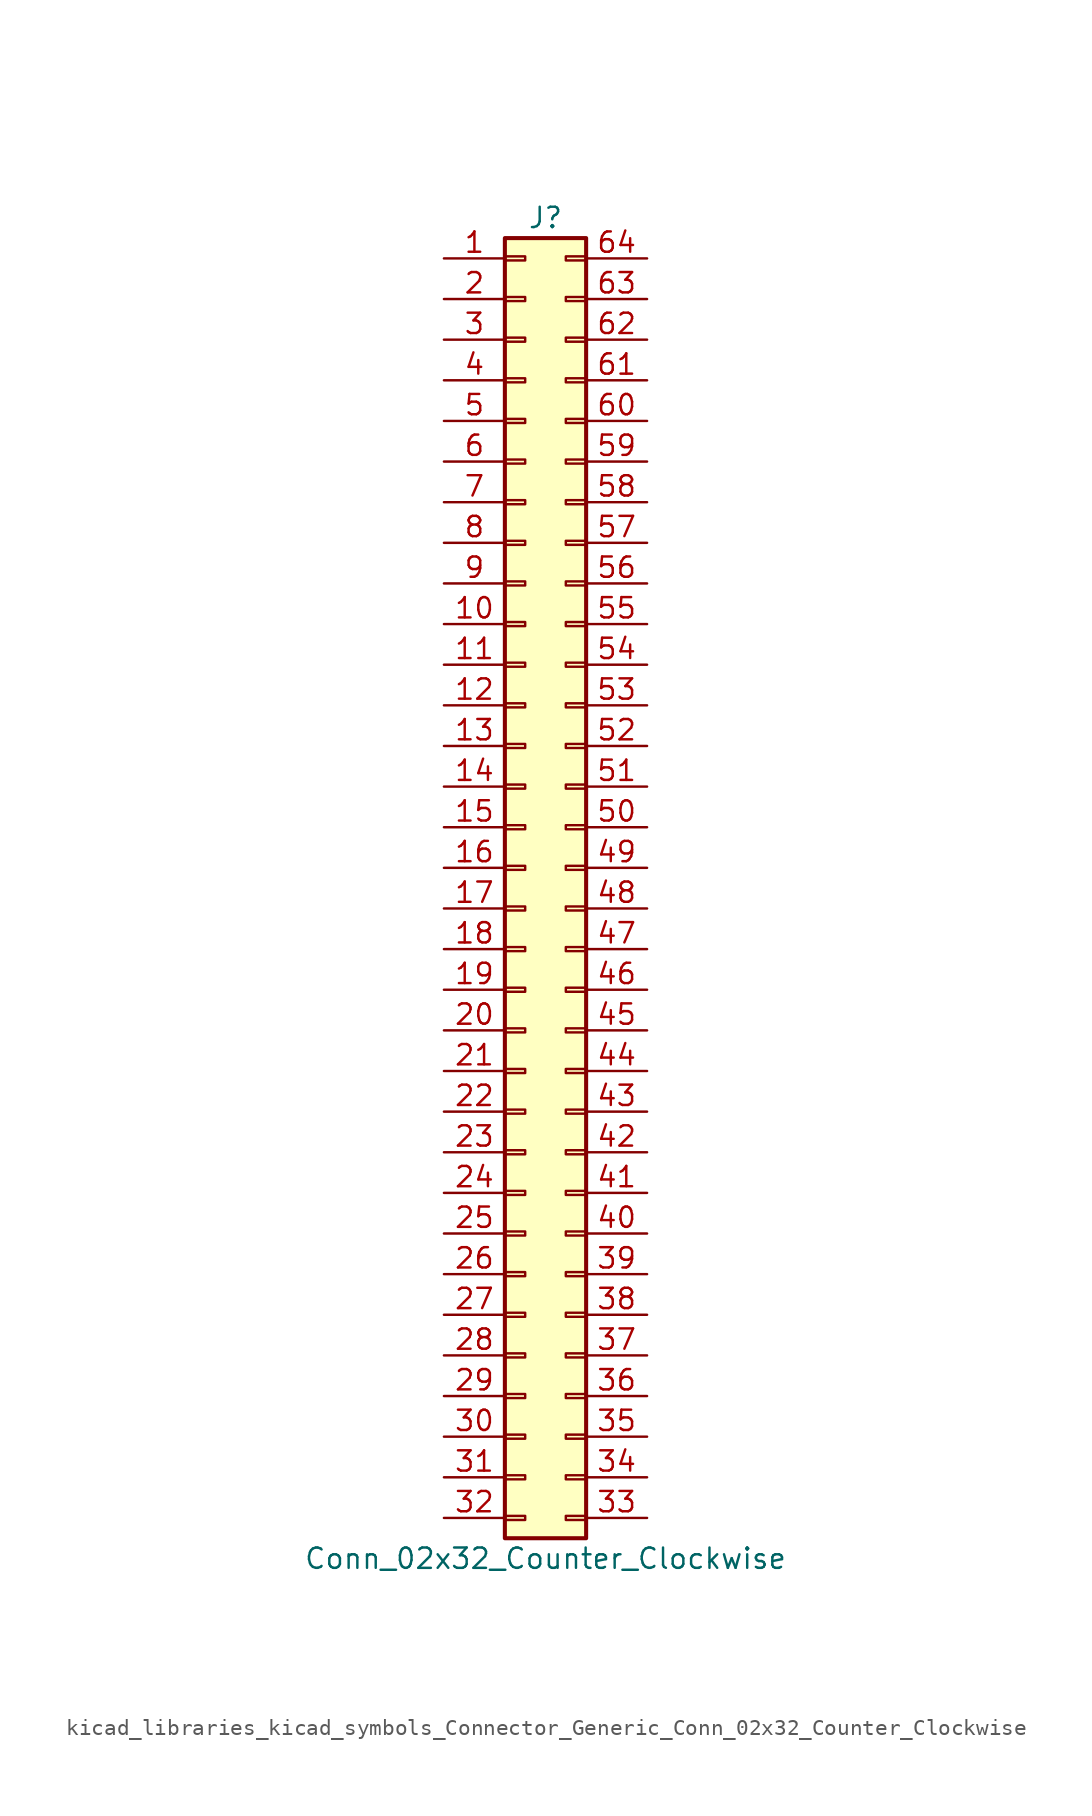
<source format=kicad_sym>
(kicad_symbol_lib
  (version 20220914)
  (generator kicad_symbol_editor)
  (symbol "kicad_libraries_kicad_symbols_Connector_Generic_Conn_02x32_Counter_Clockwise"
    (pin_names
      (offset 1.016) hide)
    (property "Reference" "J"
      (at 1.27 40.64 0)
      (effects (font (size 1.27 1.27))))
    (property "Value" "Conn_02x32_Counter_Clockwise"
      (at 1.27 -43.18 0)
      (effects (font (size 1.27 1.27))))
    (symbol "kicad_libraries_kicad_symbols_Connector_Generic_Conn_02x32_Counter_Clockwise_1_1"
      (rectangle (start -1.27 -40.513) (end 0 -40.767) (stroke (width 0.152) (type default)) (fill (type none)))
      (rectangle (start -1.27 -37.973) (end 0 -38.227) (stroke (width 0.152) (type default)) (fill (type none)))
      (rectangle (start -1.27 -35.433) (end 0 -35.687) (stroke (width 0.152) (type default)) (fill (type none)))
      (rectangle (start -1.27 -32.893) (end 0 -33.147) (stroke (width 0.152) (type default)) (fill (type none)))
      (rectangle (start -1.27 -30.353) (end 0 -30.607) (stroke (width 0.152) (type default)) (fill (type none)))
      (rectangle (start -1.27 -27.813) (end 0 -28.067) (stroke (width 0.152) (type default)) (fill (type none)))
      (rectangle (start -1.27 -25.273) (end 0 -25.527) (stroke (width 0.152) (type default)) (fill (type none)))
      (rectangle (start -1.27 -22.733) (end 0 -22.987) (stroke (width 0.152) (type default)) (fill (type none)))
      (rectangle (start -1.27 -20.193) (end 0 -20.447) (stroke (width 0.152) (type default)) (fill (type none)))
      (rectangle (start -1.27 -17.653) (end 0 -17.907) (stroke (width 0.152) (type default)) (fill (type none)))
      (rectangle (start -1.27 -15.113) (end 0 -15.367) (stroke (width 0.152) (type default)) (fill (type none)))
      (rectangle (start -1.27 -12.573) (end 0 -12.827) (stroke (width 0.152) (type default)) (fill (type none)))
      (rectangle (start -1.27 -10.033) (end 0 -10.287) (stroke (width 0.152) (type default)) (fill (type none)))
      (rectangle (start -1.27 -7.493) (end 0 -7.747) (stroke (width 0.152) (type default)) (fill (type none)))
      (rectangle (start -1.27 -4.953) (end 0 -5.207) (stroke (width 0.152) (type default)) (fill (type none)))
      (rectangle (start -1.27 -2.413) (end 0 -2.667) (stroke (width 0.152) (type default)) (fill (type none)))
      (rectangle (start -1.27 0.127) (end 0 -0.127) (stroke (width 0.152) (type default)) (fill (type none)))
      (rectangle (start -1.27 2.667) (end 0 2.413) (stroke (width 0.152) (type default)) (fill (type none)))
      (rectangle (start -1.27 5.207) (end 0 4.953) (stroke (width 0.152) (type default)) (fill (type none)))
      (rectangle (start -1.27 7.747) (end 0 7.493) (stroke (width 0.152) (type default)) (fill (type none)))
      (rectangle (start -1.27 10.287) (end 0 10.033) (stroke (width 0.152) (type default)) (fill (type none)))
      (rectangle (start -1.27 12.827) (end 0 12.573) (stroke (width 0.152) (type default)) (fill (type none)))
      (rectangle (start -1.27 15.367) (end 0 15.113) (stroke (width 0.152) (type default)) (fill (type none)))
      (rectangle (start -1.27 17.907) (end 0 17.653) (stroke (width 0.152) (type default)) (fill (type none)))
      (rectangle (start -1.27 20.447) (end 0 20.193) (stroke (width 0.152) (type default)) (fill (type none)))
      (rectangle (start -1.27 22.987) (end 0 22.733) (stroke (width 0.152) (type default)) (fill (type none)))
      (rectangle (start -1.27 25.527) (end 0 25.273) (stroke (width 0.152) (type default)) (fill (type none)))
      (rectangle (start -1.27 28.067) (end 0 27.813) (stroke (width 0.152) (type default)) (fill (type none)))
      (rectangle (start -1.27 30.607) (end 0 30.353) (stroke (width 0.152) (type default)) (fill (type none)))
      (rectangle (start -1.27 33.147) (end 0 32.893) (stroke (width 0.152) (type default)) (fill (type none)))
      (rectangle (start -1.27 35.687) (end 0 35.433) (stroke (width 0.152) (type default)) (fill (type none)))
      (rectangle (start -1.27 38.227) (end 0 37.973) (stroke (width 0.152) (type default)) (fill (type none)))
      (rectangle (start -1.27 39.37) (end 3.81 -41.91) (stroke (width 0.254) (type default)) (fill (type background)))
      (rectangle (start 3.81 -40.513) (end 2.54 -40.767) (stroke (width 0.152) (type default)) (fill (type none)))
      (rectangle (start 3.81 -37.973) (end 2.54 -38.227) (stroke (width 0.152) (type default)) (fill (type none)))
      (rectangle (start 3.81 -35.433) (end 2.54 -35.687) (stroke (width 0.152) (type default)) (fill (type none)))
      (rectangle (start 3.81 -32.893) (end 2.54 -33.147) (stroke (width 0.152) (type default)) (fill (type none)))
      (rectangle (start 3.81 -30.353) (end 2.54 -30.607) (stroke (width 0.152) (type default)) (fill (type none)))
      (rectangle (start 3.81 -27.813) (end 2.54 -28.067) (stroke (width 0.152) (type default)) (fill (type none)))
      (rectangle (start 3.81 -25.273) (end 2.54 -25.527) (stroke (width 0.152) (type default)) (fill (type none)))
      (rectangle (start 3.81 -22.733) (end 2.54 -22.987) (stroke (width 0.152) (type default)) (fill (type none)))
      (rectangle (start 3.81 -20.193) (end 2.54 -20.447) (stroke (width 0.152) (type default)) (fill (type none)))
      (rectangle (start 3.81 -17.653) (end 2.54 -17.907) (stroke (width 0.152) (type default)) (fill (type none)))
      (rectangle (start 3.81 -15.113) (end 2.54 -15.367) (stroke (width 0.152) (type default)) (fill (type none)))
      (rectangle (start 3.81 -12.573) (end 2.54 -12.827) (stroke (width 0.152) (type default)) (fill (type none)))
      (rectangle (start 3.81 -10.033) (end 2.54 -10.287) (stroke (width 0.152) (type default)) (fill (type none)))
      (rectangle (start 3.81 -7.493) (end 2.54 -7.747) (stroke (width 0.152) (type default)) (fill (type none)))
      (rectangle (start 3.81 -4.953) (end 2.54 -5.207) (stroke (width 0.152) (type default)) (fill (type none)))
      (rectangle (start 3.81 -2.413) (end 2.54 -2.667) (stroke (width 0.152) (type default)) (fill (type none)))
      (rectangle (start 3.81 0.127) (end 2.54 -0.127) (stroke (width 0.152) (type default)) (fill (type none)))
      (rectangle (start 3.81 2.667) (end 2.54 2.413) (stroke (width 0.152) (type default)) (fill (type none)))
      (rectangle (start 3.81 5.207) (end 2.54 4.953) (stroke (width 0.152) (type default)) (fill (type none)))
      (rectangle (start 3.81 7.747) (end 2.54 7.493) (stroke (width 0.152) (type default)) (fill (type none)))
      (rectangle (start 3.81 10.287) (end 2.54 10.033) (stroke (width 0.152) (type default)) (fill (type none)))
      (rectangle (start 3.81 12.827) (end 2.54 12.573) (stroke (width 0.152) (type default)) (fill (type none)))
      (rectangle (start 3.81 15.367) (end 2.54 15.113) (stroke (width 0.152) (type default)) (fill (type none)))
      (rectangle (start 3.81 17.907) (end 2.54 17.653) (stroke (width 0.152) (type default)) (fill (type none)))
      (rectangle (start 3.81 20.447) (end 2.54 20.193) (stroke (width 0.152) (type default)) (fill (type none)))
      (rectangle (start 3.81 22.987) (end 2.54 22.733) (stroke (width 0.152) (type default)) (fill (type none)))
      (rectangle (start 3.81 25.527) (end 2.54 25.273) (stroke (width 0.152) (type default)) (fill (type none)))
      (rectangle (start 3.81 28.067) (end 2.54 27.813) (stroke (width 0.152) (type default)) (fill (type none)))
      (rectangle (start 3.81 30.607) (end 2.54 30.353) (stroke (width 0.152) (type default)) (fill (type none)))
      (rectangle (start 3.81 33.147) (end 2.54 32.893) (stroke (width 0.152) (type default)) (fill (type none)))
      (rectangle (start 3.81 35.687) (end 2.54 35.433) (stroke (width 0.152) (type default)) (fill (type none)))
      (rectangle (start 3.81 38.227) (end 2.54 37.973) (stroke (width 0.152) (type default)) (fill (type none)))
      (pin passive line (at -5.08 38.1 0) (length 3.81) (name "Pin_1" (effects (font (size 1.27 1.27)))) (number "1" (effects (font (size 1.27 1.27)))))
      (pin passive line (at -5.08 15.24 0) (length 3.81) (name "Pin_10" (effects (font (size 1.27 1.27)))) (number "10" (effects (font (size 1.27 1.27)))))
      (pin passive line (at -5.08 12.7 0) (length 3.81) (name "Pin_11" (effects (font (size 1.27 1.27)))) (number "11" (effects (font (size 1.27 1.27)))))
      (pin passive line (at -5.08 10.16 0) (length 3.81) (name "Pin_12" (effects (font (size 1.27 1.27)))) (number "12" (effects (font (size 1.27 1.27)))))
      (pin passive line (at -5.08 7.62 0) (length 3.81) (name "Pin_13" (effects (font (size 1.27 1.27)))) (number "13" (effects (font (size 1.27 1.27)))))
      (pin passive line (at -5.08 5.08 0) (length 3.81) (name "Pin_14" (effects (font (size 1.27 1.27)))) (number "14" (effects (font (size 1.27 1.27)))))
      (pin passive line (at -5.08 2.54 0) (length 3.81) (name "Pin_15" (effects (font (size 1.27 1.27)))) (number "15" (effects (font (size 1.27 1.27)))))
      (pin passive line (at -5.08 0 0) (length 3.81) (name "Pin_16" (effects (font (size 1.27 1.27)))) (number "16" (effects (font (size 1.27 1.27)))))
      (pin passive line (at -5.08 -2.54 0) (length 3.81) (name "Pin_17" (effects (font (size 1.27 1.27)))) (number "17" (effects (font (size 1.27 1.27)))))
      (pin passive line (at -5.08 -5.08 0) (length 3.81) (name "Pin_18" (effects (font (size 1.27 1.27)))) (number "18" (effects (font (size 1.27 1.27)))))
      (pin passive line (at -5.08 -7.62 0) (length 3.81) (name "Pin_19" (effects (font (size 1.27 1.27)))) (number "19" (effects (font (size 1.27 1.27)))))
      (pin passive line (at -5.08 35.56 0) (length 3.81) (name "Pin_2" (effects (font (size 1.27 1.27)))) (number "2" (effects (font (size 1.27 1.27)))))
      (pin passive line (at -5.08 -10.16 0) (length 3.81) (name "Pin_20" (effects (font (size 1.27 1.27)))) (number "20" (effects (font (size 1.27 1.27)))))
      (pin passive line (at -5.08 -12.7 0) (length 3.81) (name "Pin_21" (effects (font (size 1.27 1.27)))) (number "21" (effects (font (size 1.27 1.27)))))
      (pin passive line (at -5.08 -15.24 0) (length 3.81) (name "Pin_22" (effects (font (size 1.27 1.27)))) (number "22" (effects (font (size 1.27 1.27)))))
      (pin passive line (at -5.08 -17.78 0) (length 3.81) (name "Pin_23" (effects (font (size 1.27 1.27)))) (number "23" (effects (font (size 1.27 1.27)))))
      (pin passive line (at -5.08 -20.32 0) (length 3.81) (name "Pin_24" (effects (font (size 1.27 1.27)))) (number "24" (effects (font (size 1.27 1.27)))))
      (pin passive line (at -5.08 -22.86 0) (length 3.81) (name "Pin_25" (effects (font (size 1.27 1.27)))) (number "25" (effects (font (size 1.27 1.27)))))
      (pin passive line (at -5.08 -25.4 0) (length 3.81) (name "Pin_26" (effects (font (size 1.27 1.27)))) (number "26" (effects (font (size 1.27 1.27)))))
      (pin passive line (at -5.08 -27.94 0) (length 3.81) (name "Pin_27" (effects (font (size 1.27 1.27)))) (number "27" (effects (font (size 1.27 1.27)))))
      (pin passive line (at -5.08 -30.48 0) (length 3.81) (name "Pin_28" (effects (font (size 1.27 1.27)))) (number "28" (effects (font (size 1.27 1.27)))))
      (pin passive line (at -5.08 -33.02 0) (length 3.81) (name "Pin_29" (effects (font (size 1.27 1.27)))) (number "29" (effects (font (size 1.27 1.27)))))
      (pin passive line (at -5.08 33.02 0) (length 3.81) (name "Pin_3" (effects (font (size 1.27 1.27)))) (number "3" (effects (font (size 1.27 1.27)))))
      (pin passive line (at -5.08 -35.56 0) (length 3.81) (name "Pin_30" (effects (font (size 1.27 1.27)))) (number "30" (effects (font (size 1.27 1.27)))))
      (pin passive line (at -5.08 -38.1 0) (length 3.81) (name "Pin_31" (effects (font (size 1.27 1.27)))) (number "31" (effects (font (size 1.27 1.27)))))
      (pin passive line (at -5.08 -40.64 0) (length 3.81) (name "Pin_32" (effects (font (size 1.27 1.27)))) (number "32" (effects (font (size 1.27 1.27)))))
      (pin passive line (at 7.62 -40.64 180) (length 3.81) (name "Pin_33" (effects (font (size 1.27 1.27)))) (number "33" (effects (font (size 1.27 1.27)))))
      (pin passive line (at 7.62 -38.1 180) (length 3.81) (name "Pin_34" (effects (font (size 1.27 1.27)))) (number "34" (effects (font (size 1.27 1.27)))))
      (pin passive line (at 7.62 -35.56 180) (length 3.81) (name "Pin_35" (effects (font (size 1.27 1.27)))) (number "35" (effects (font (size 1.27 1.27)))))
      (pin passive line (at 7.62 -33.02 180) (length 3.81) (name "Pin_36" (effects (font (size 1.27 1.27)))) (number "36" (effects (font (size 1.27 1.27)))))
      (pin passive line (at 7.62 -30.48 180) (length 3.81) (name "Pin_37" (effects (font (size 1.27 1.27)))) (number "37" (effects (font (size 1.27 1.27)))))
      (pin passive line (at 7.62 -27.94 180) (length 3.81) (name "Pin_38" (effects (font (size 1.27 1.27)))) (number "38" (effects (font (size 1.27 1.27)))))
      (pin passive line (at 7.62 -25.4 180) (length 3.81) (name "Pin_39" (effects (font (size 1.27 1.27)))) (number "39" (effects (font (size 1.27 1.27)))))
      (pin passive line (at -5.08 30.48 0) (length 3.81) (name "Pin_4" (effects (font (size 1.27 1.27)))) (number "4" (effects (font (size 1.27 1.27)))))
      (pin passive line (at 7.62 -22.86 180) (length 3.81) (name "Pin_40" (effects (font (size 1.27 1.27)))) (number "40" (effects (font (size 1.27 1.27)))))
      (pin passive line (at 7.62 -20.32 180) (length 3.81) (name "Pin_41" (effects (font (size 1.27 1.27)))) (number "41" (effects (font (size 1.27 1.27)))))
      (pin passive line (at 7.62 -17.78 180) (length 3.81) (name "Pin_42" (effects (font (size 1.27 1.27)))) (number "42" (effects (font (size 1.27 1.27)))))
      (pin passive line (at 7.62 -15.24 180) (length 3.81) (name "Pin_43" (effects (font (size 1.27 1.27)))) (number "43" (effects (font (size 1.27 1.27)))))
      (pin passive line (at 7.62 -12.7 180) (length 3.81) (name "Pin_44" (effects (font (size 1.27 1.27)))) (number "44" (effects (font (size 1.27 1.27)))))
      (pin passive line (at 7.62 -10.16 180) (length 3.81) (name "Pin_45" (effects (font (size 1.27 1.27)))) (number "45" (effects (font (size 1.27 1.27)))))
      (pin passive line (at 7.62 -7.62 180) (length 3.81) (name "Pin_46" (effects (font (size 1.27 1.27)))) (number "46" (effects (font (size 1.27 1.27)))))
      (pin passive line (at 7.62 -5.08 180) (length 3.81) (name "Pin_47" (effects (font (size 1.27 1.27)))) (number "47" (effects (font (size 1.27 1.27)))))
      (pin passive line (at 7.62 -2.54 180) (length 3.81) (name "Pin_48" (effects (font (size 1.27 1.27)))) (number "48" (effects (font (size 1.27 1.27)))))
      (pin passive line (at 7.62 0 180) (length 3.81) (name "Pin_49" (effects (font (size 1.27 1.27)))) (number "49" (effects (font (size 1.27 1.27)))))
      (pin passive line (at -5.08 27.94 0) (length 3.81) (name "Pin_5" (effects (font (size 1.27 1.27)))) (number "5" (effects (font (size 1.27 1.27)))))
      (pin passive line (at 7.62 2.54 180) (length 3.81) (name "Pin_50" (effects (font (size 1.27 1.27)))) (number "50" (effects (font (size 1.27 1.27)))))
      (pin passive line (at 7.62 5.08 180) (length 3.81) (name "Pin_51" (effects (font (size 1.27 1.27)))) (number "51" (effects (font (size 1.27 1.27)))))
      (pin passive line (at 7.62 7.62 180) (length 3.81) (name "Pin_52" (effects (font (size 1.27 1.27)))) (number "52" (effects (font (size 1.27 1.27)))))
      (pin passive line (at 7.62 10.16 180) (length 3.81) (name "Pin_53" (effects (font (size 1.27 1.27)))) (number "53" (effects (font (size 1.27 1.27)))))
      (pin passive line (at 7.62 12.7 180) (length 3.81) (name "Pin_54" (effects (font (size 1.27 1.27)))) (number "54" (effects (font (size 1.27 1.27)))))
      (pin passive line (at 7.62 15.24 180) (length 3.81) (name "Pin_55" (effects (font (size 1.27 1.27)))) (number "55" (effects (font (size 1.27 1.27)))))
      (pin passive line (at 7.62 17.78 180) (length 3.81) (name "Pin_56" (effects (font (size 1.27 1.27)))) (number "56" (effects (font (size 1.27 1.27)))))
      (pin passive line (at 7.62 20.32 180) (length 3.81) (name "Pin_57" (effects (font (size 1.27 1.27)))) (number "57" (effects (font (size 1.27 1.27)))))
      (pin passive line (at 7.62 22.86 180) (length 3.81) (name "Pin_58" (effects (font (size 1.27 1.27)))) (number "58" (effects (font (size 1.27 1.27)))))
      (pin passive line (at 7.62 25.4 180) (length 3.81) (name "Pin_59" (effects (font (size 1.27 1.27)))) (number "59" (effects (font (size 1.27 1.27)))))
      (pin passive line (at -5.08 25.4 0) (length 3.81) (name "Pin_6" (effects (font (size 1.27 1.27)))) (number "6" (effects (font (size 1.27 1.27)))))
      (pin passive line (at 7.62 27.94 180) (length 3.81) (name "Pin_60" (effects (font (size 1.27 1.27)))) (number "60" (effects (font (size 1.27 1.27)))))
      (pin passive line (at 7.62 30.48 180) (length 3.81) (name "Pin_61" (effects (font (size 1.27 1.27)))) (number "61" (effects (font (size 1.27 1.27)))))
      (pin passive line (at 7.62 33.02 180) (length 3.81) (name "Pin_62" (effects (font (size 1.27 1.27)))) (number "62" (effects (font (size 1.27 1.27)))))
      (pin passive line (at 7.62 35.56 180) (length 3.81) (name "Pin_63" (effects (font (size 1.27 1.27)))) (number "63" (effects (font (size 1.27 1.27)))))
      (pin passive line (at 7.62 38.1 180) (length 3.81) (name "Pin_64" (effects (font (size 1.27 1.27)))) (number "64" (effects (font (size 1.27 1.27)))))
      (pin passive line (at -5.08 22.86 0) (length 3.81) (name "Pin_7" (effects (font (size 1.27 1.27)))) (number "7" (effects (font (size 1.27 1.27)))))
      (pin passive line (at -5.08 20.32 0) (length 3.81) (name "Pin_8" (effects (font (size 1.27 1.27)))) (number "8" (effects (font (size 1.27 1.27)))))
      (pin passive line (at -5.08 17.78 0) (length 3.81) (name "Pin_9" (effects (font (size 1.27 1.27)))) (number "9" (effects (font (size 1.27 1.27))))))))
</source>
